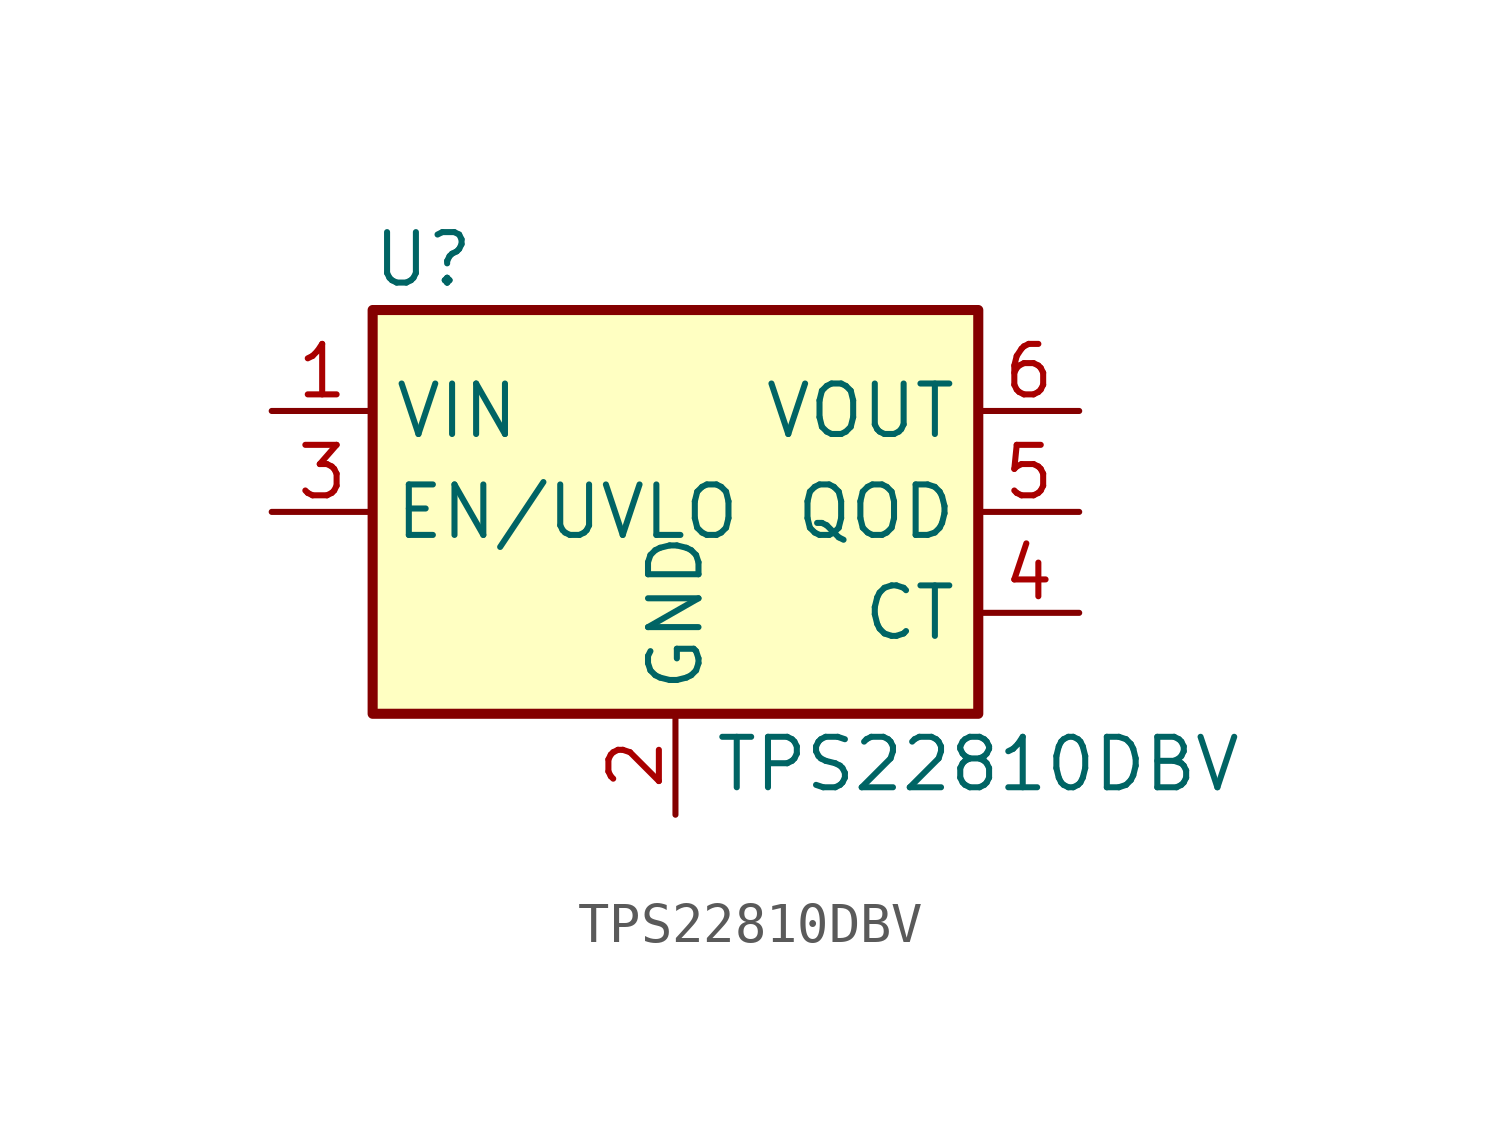
<source format=kicad_sym>
(kicad_symbol_lib
  (version 20231120)
  (generator "kicad_symbol_editor")
  (generator_version "8.0")
  (symbol "TPS22810DBV"
    (property "Reference" "U"
      (at -6.35 6.35 0)
      (effects (font (size 1.27 1.27))))
    (property "Value" "TPS22810DBV"
      (at 7.62 -6.35 0)
      (effects (font (size 1.27 1.27))))
    (symbol "TPS22810DBV_1_1"
      (rectangle (start -7.62 5.08) (end 7.62 -5.08) (stroke (width 0.254) (type default)) (fill (type background)))
      (pin power_in line (at -10.16 2.54 0) (length 2.54) (name "VIN" (effects (font (size 1.27 1.27)))) (number "1" (effects (font (size 1.27 1.27)))))
      (pin power_in line (at 0 -7.62 90) (length 2.54) (name "GND" (effects (font (size 1.27 1.27)))) (number "2" (effects (font (size 1.27 1.27)))))
      (pin input line (at -10.16 0 0) (length 2.54) (name "EN/UVLO" (effects (font (size 1.27 1.27)))) (number "3" (effects (font (size 1.27 1.27)))))
      (pin output line (at 10.16 -2.54 180) (length 2.54) (name "CT" (effects (font (size 1.27 1.27)))) (number "4" (effects (font (size 1.27 1.27)))))
      (pin open_collector line (at 10.16 0 180) (length 2.54) (name "QOD" (effects (font (size 1.27 1.27)))) (number "5" (effects (font (size 1.27 1.27)))))
      (pin power_out line (at 10.16 2.54 180) (length 2.54) (name "VOUT" (effects (font (size 1.27 1.27)))) (number "6" (effects (font (size 1.27 1.27))))))))
</source>
